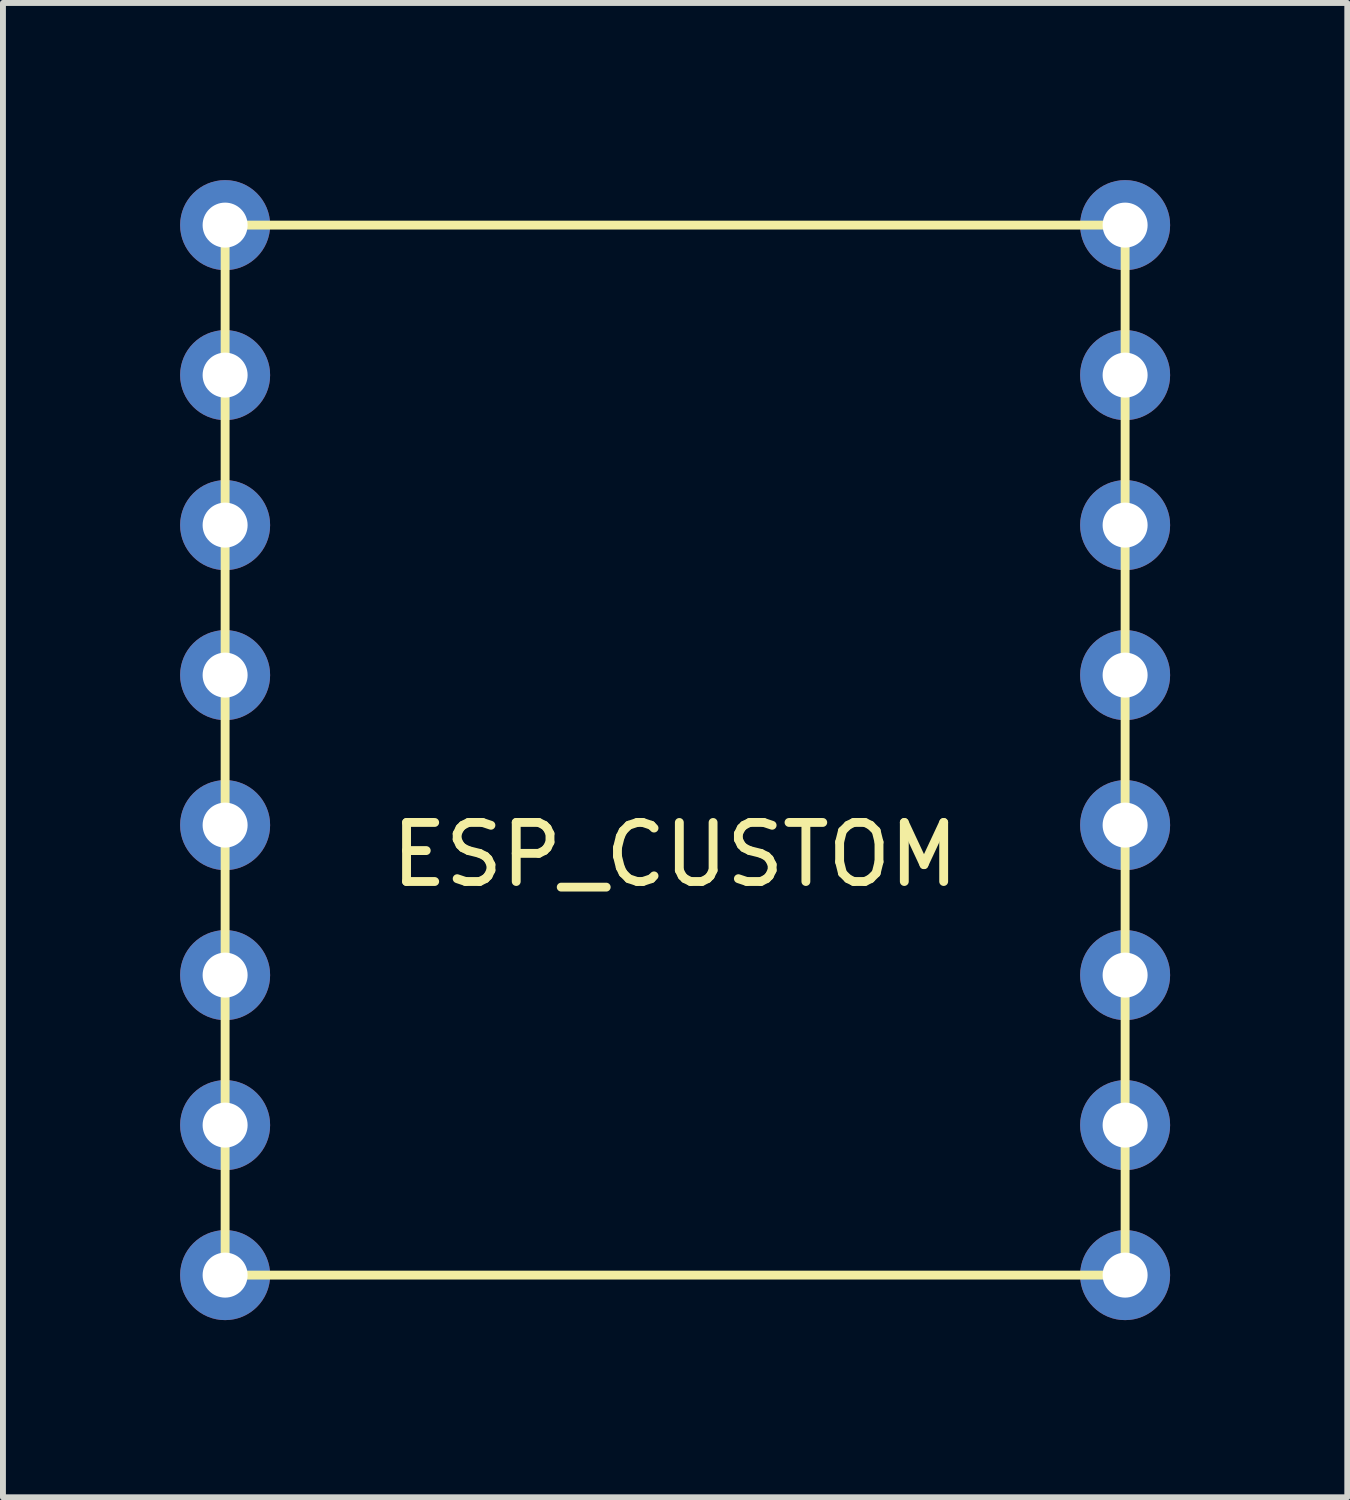
<source format=kicad_pcb>
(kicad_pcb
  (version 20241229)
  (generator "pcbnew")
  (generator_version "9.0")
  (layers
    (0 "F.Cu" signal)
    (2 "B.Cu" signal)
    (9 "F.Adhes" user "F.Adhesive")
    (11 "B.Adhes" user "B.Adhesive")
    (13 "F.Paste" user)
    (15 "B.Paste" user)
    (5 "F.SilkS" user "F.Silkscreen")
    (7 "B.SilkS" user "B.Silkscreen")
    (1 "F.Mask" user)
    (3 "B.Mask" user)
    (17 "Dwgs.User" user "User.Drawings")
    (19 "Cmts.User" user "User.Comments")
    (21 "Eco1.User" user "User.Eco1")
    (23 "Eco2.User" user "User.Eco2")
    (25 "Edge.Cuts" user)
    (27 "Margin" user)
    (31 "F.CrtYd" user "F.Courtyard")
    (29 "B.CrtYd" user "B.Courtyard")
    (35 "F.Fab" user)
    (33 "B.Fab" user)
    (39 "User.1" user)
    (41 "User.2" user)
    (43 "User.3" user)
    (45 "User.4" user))
  (footprint "ESP_CUSTOM"
    (layer "F.Cu")
    (at 8.382 18.542)
    (property "Reference" "ESP_CUSTOM" (at 0 -7.12 0) (layer "F.SilkS") (effects (font (size 1 1) (thickness 0.15))))
    (attr through_hole)
    (fp_line (start -7.62 -17.78) (end -7.62 0) (stroke (width 0.15) (type solid)) (layer "F.SilkS"))
    (fp_line (start -7.62 0) (end 7.62 0) (stroke (width 0.15) (type solid)) (layer "F.SilkS"))
    (fp_line (start 7.62 -17.78) (end -7.62 -17.78) (stroke (width 0.15) (type solid)) (layer "F.SilkS"))
    (fp_line (start 7.62 0) (end 7.62 -17.78) (stroke (width 0.15) (type solid)) (layer "F.SilkS"))
    (pad "" smd circle (at -5.08 0) (size 1.524 1.524) (layers "F.Mask" "F.Paste"))
    (pad "" smd circle (at -3.81 0) (size 1.524 1.524) (layers "F.Mask" "F.Paste"))
    (pad "" smd circle (at -2.54 0) (size 1.524 1.524) (layers "F.Mask" "F.Paste"))
    (pad "" smd circle (at 2.54 0) (size 1.524 1.524) (layers "F.Mask" "F.Paste"))
    (pad "" smd circle (at 3.81 0) (size 1.524 1.524) (layers "F.Mask" "F.Paste"))
    (pad "" smd circle (at 5.08 0) (size 1.524 1.524) (layers "F.Mask" "F.Paste"))
    (pad "1" thru_hole circle (at -7.62 -17.78) (size 1.524 1.524) (drill 0.762) (layers "*.Cu" "*.Mask"))
    (pad "2" thru_hole circle (at -7.62 -15.24) (size 1.524 1.524) (drill 0.762) (layers "*.Cu" "*.Mask"))
    (pad "3" thru_hole circle (at -7.62 -12.7) (size 1.524 1.524) (drill 0.762) (layers "*.Cu" "*.Mask"))
    (pad "4" thru_hole circle (at -7.62 -10.16) (size 1.524 1.524) (drill 0.762) (layers "*.Cu" "*.Mask"))
    (pad "5" thru_hole circle (at -7.62 -7.62) (size 1.524 1.524) (drill 0.762) (layers "*.Cu" "*.Mask"))
    (pad "6" thru_hole circle (at -7.62 -5.08) (size 1.524 1.524) (drill 0.762) (layers "*.Cu" "*.Mask"))
    (pad "7" thru_hole circle (at -7.62 -2.54) (size 1.524 1.524) (drill 0.762) (layers "*.Cu" "*.Mask"))
    (pad "8" thru_hole circle (at -7.62 0) (size 1.524 1.524) (drill 0.762) (layers "*.Cu" "*.Mask"))
    (pad "9" thru_hole circle (at 7.62 0) (size 1.524 1.524) (drill 0.762) (layers "*.Cu" "*.Mask"))
    (pad "10" thru_hole circle (at 7.62 -2.54) (size 1.524 1.524) (drill 0.762) (layers "*.Cu" "*.Mask"))
    (pad "11" thru_hole circle (at 7.62 -5.08) (size 1.524 1.524) (drill 0.762) (layers "*.Cu" "*.Mask"))
    (pad "12" thru_hole circle (at 7.62 -7.62) (size 1.524 1.524) (drill 0.762) (layers "*.Cu" "*.Mask"))
    (pad "13" thru_hole circle (at 7.62 -10.16) (size 1.524 1.524) (drill 0.762) (layers "*.Cu" "*.Mask"))
    (pad "14" thru_hole circle (at 7.62 -12.7) (size 1.524 1.524) (drill 0.762) (layers "*.Cu" "*.Mask"))
    (pad "15" thru_hole circle (at 7.62 -15.24) (size 1.524 1.524) (drill 0.762) (layers "*.Cu" "*.Mask"))
    (pad "16" thru_hole circle (at 7.62 -17.78) (size 1.524 1.524) (drill 0.762) (layers "*.Cu" "*.Mask")))
  (gr_rect
    (start -3 -3)
    (end 19.764 22.304)
    (stroke (width 0.1) (type default))
    (fill no)
    (layer "Edge.Cuts")))
</source>
